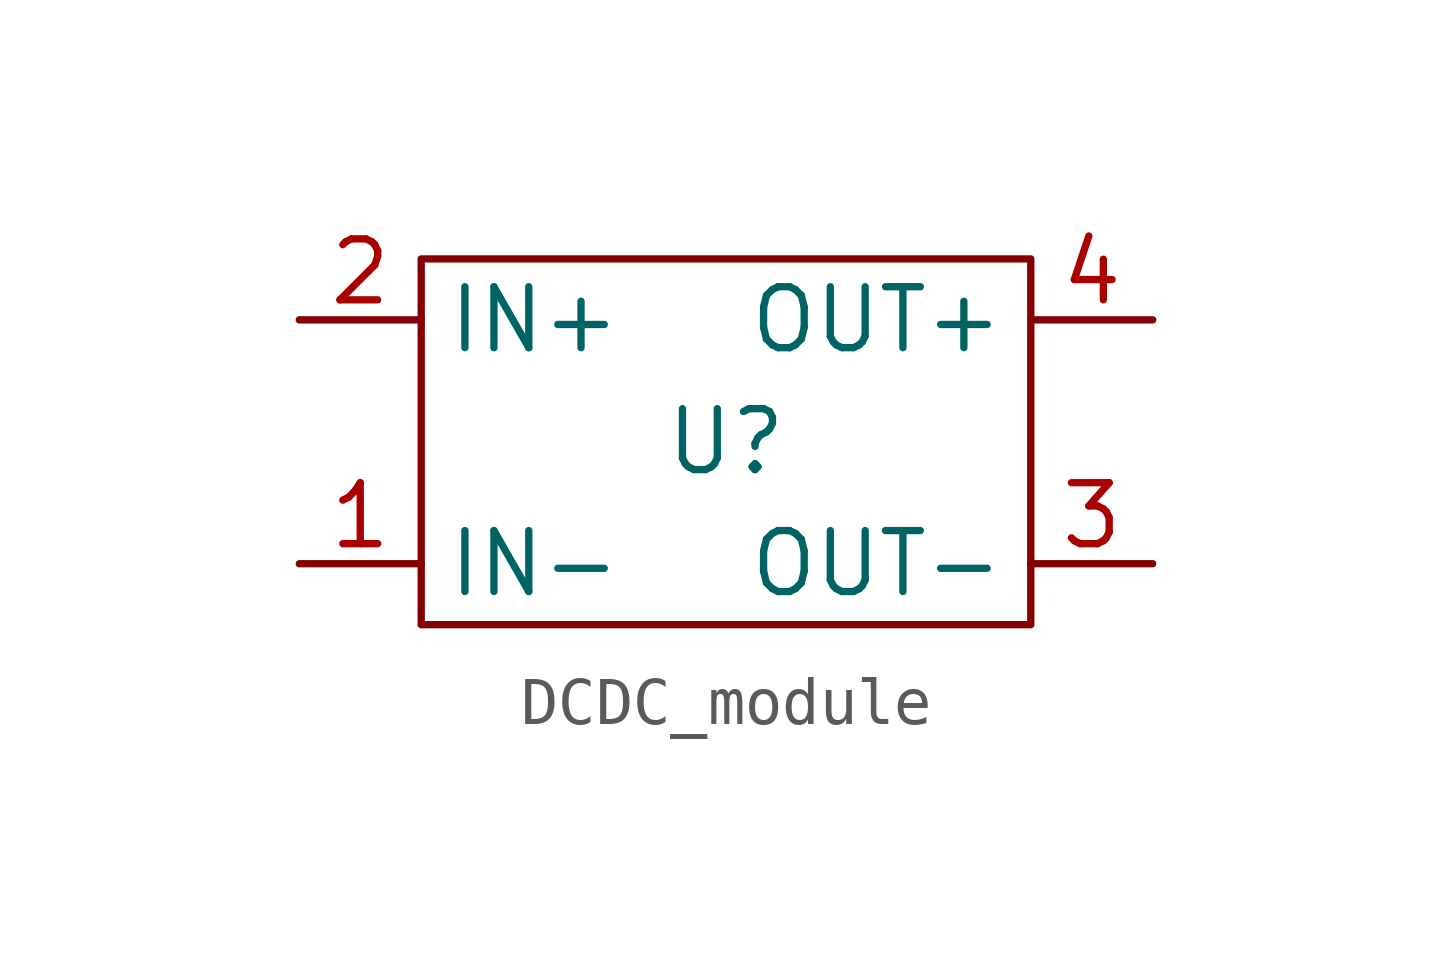
<source format=kicad_sym>
(kicad_symbol_lib
  (version 20220914)
  (generator kicad_symbol_editor)
  (symbol "DCDC_module"
    (property "Reference" "U"
      (at 0 0 0)
      (effects (font (size 1.27 1.27))))
    (property "Value" ""
      (at 0 0 0)
      (effects (font (size 1.27 1.27))))
    (symbol "DCDC_module_0_1"
      (rectangle (start -6.35 3.81) (end 6.35 -3.81) (stroke (width 0) (type default)) (fill (type none))))
    (symbol "DCDC_module_1_1"
      (pin bidirectional line (at -8.89 -2.54 0) (length 2.54) (name "IN-" (effects (font (size 1.27 1.27)))) (number "1" (effects (font (size 1.27 1.27)))))
      (pin bidirectional line (at -8.89 2.54 0) (length 2.54) (name "IN+" (effects (font (size 1.27 1.27)))) (number "2" (effects (font (size 1.27 1.27)))))
      (pin bidirectional line (at 8.89 -2.54 180) (length 2.54) (name "OUT-" (effects (font (size 1.27 1.27)))) (number "3" (effects (font (size 1.27 1.27)))))
      (pin bidirectional line (at 8.89 2.54 180) (length 2.54) (name "OUT+" (effects (font (size 1.27 1.27)))) (number "4" (effects (font (size 1.27 1.27))))))))
</source>
